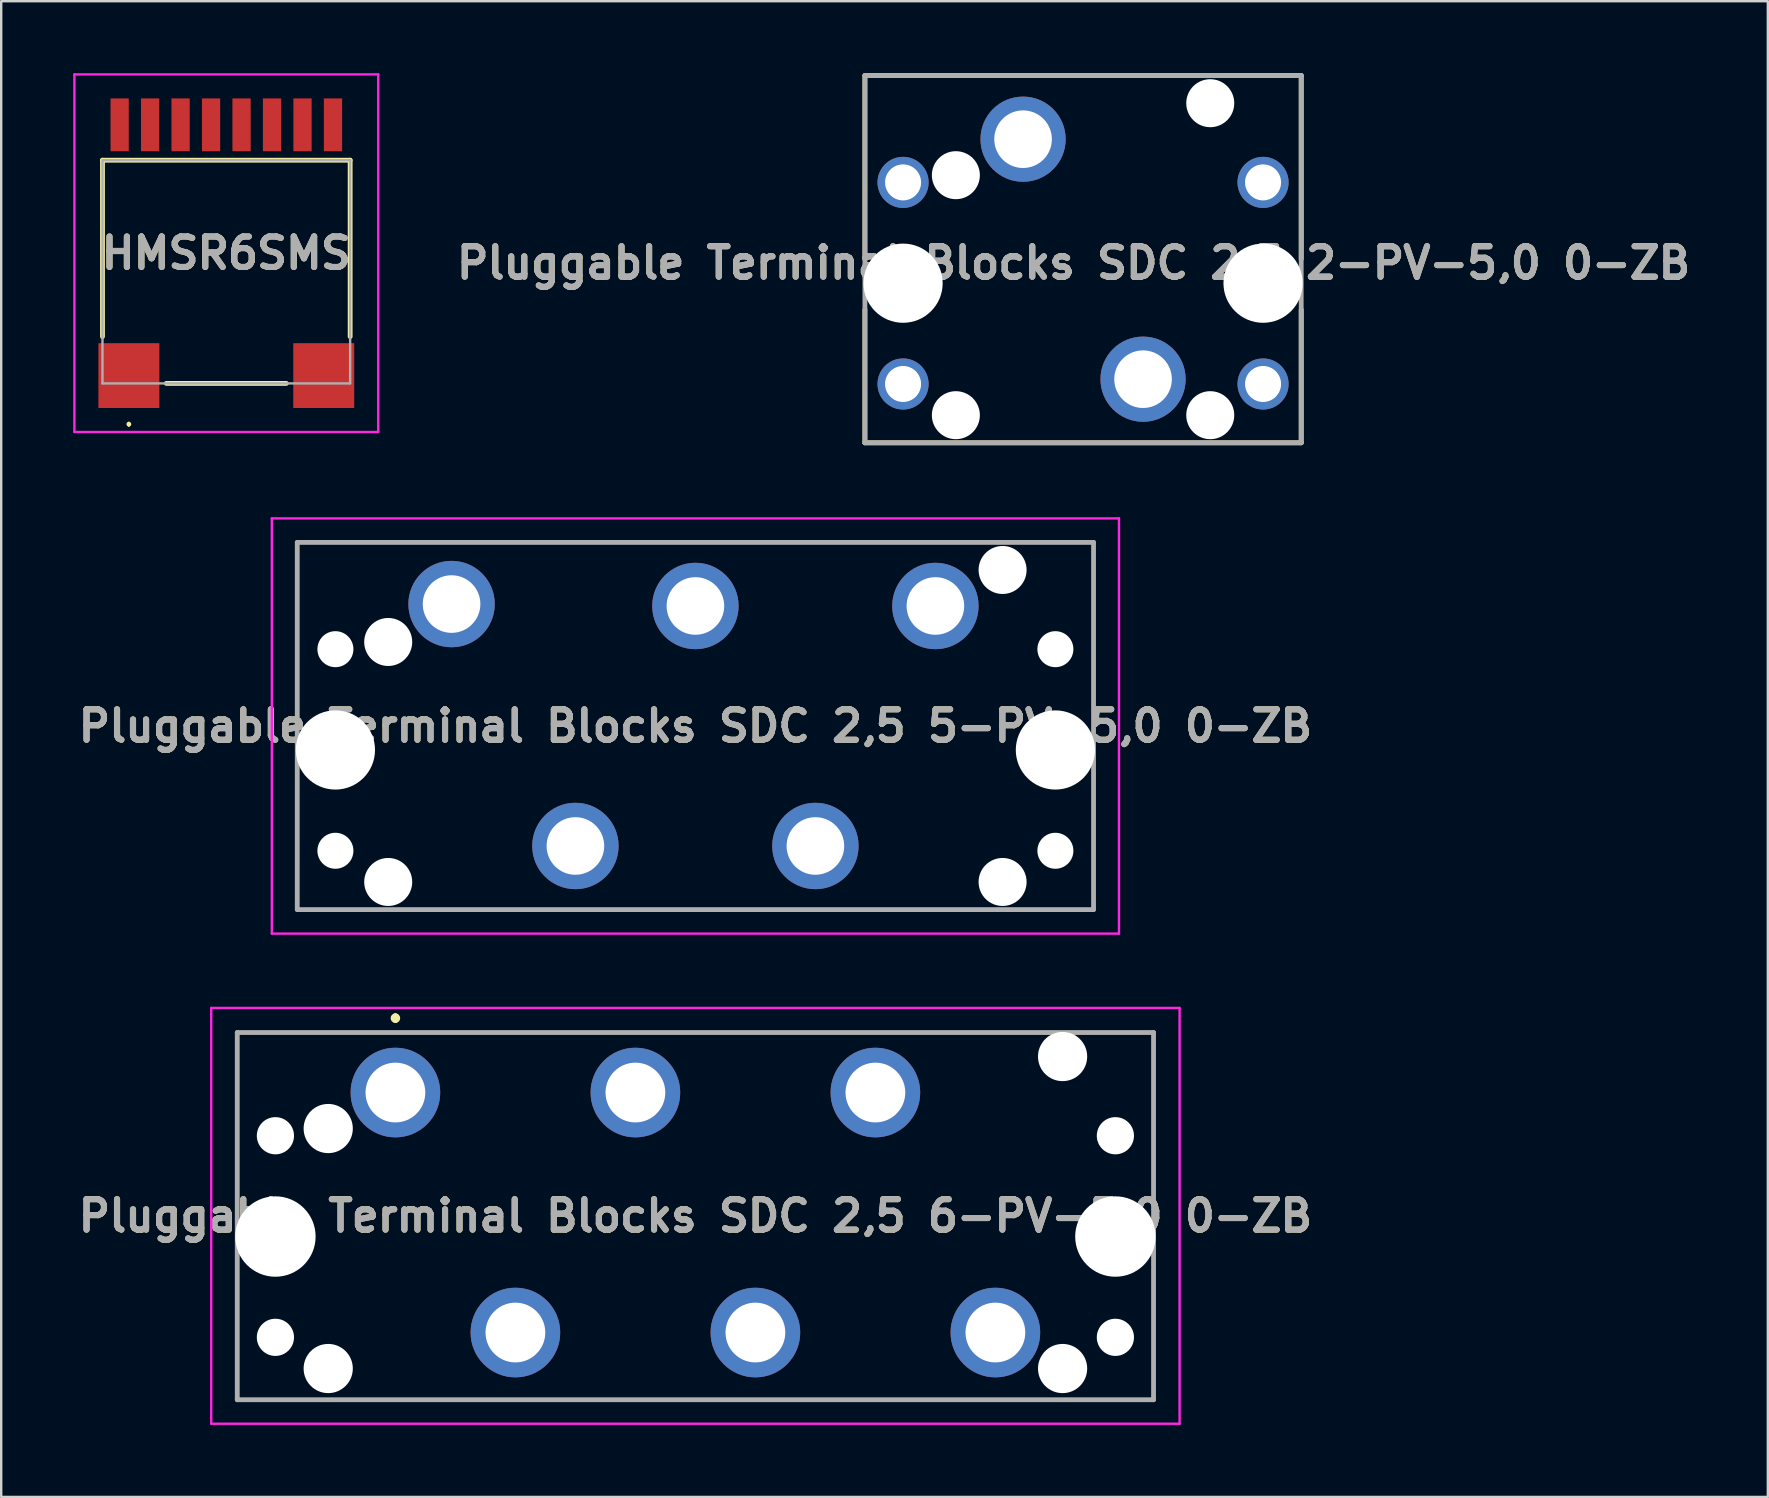
<source format=kicad_pcb>
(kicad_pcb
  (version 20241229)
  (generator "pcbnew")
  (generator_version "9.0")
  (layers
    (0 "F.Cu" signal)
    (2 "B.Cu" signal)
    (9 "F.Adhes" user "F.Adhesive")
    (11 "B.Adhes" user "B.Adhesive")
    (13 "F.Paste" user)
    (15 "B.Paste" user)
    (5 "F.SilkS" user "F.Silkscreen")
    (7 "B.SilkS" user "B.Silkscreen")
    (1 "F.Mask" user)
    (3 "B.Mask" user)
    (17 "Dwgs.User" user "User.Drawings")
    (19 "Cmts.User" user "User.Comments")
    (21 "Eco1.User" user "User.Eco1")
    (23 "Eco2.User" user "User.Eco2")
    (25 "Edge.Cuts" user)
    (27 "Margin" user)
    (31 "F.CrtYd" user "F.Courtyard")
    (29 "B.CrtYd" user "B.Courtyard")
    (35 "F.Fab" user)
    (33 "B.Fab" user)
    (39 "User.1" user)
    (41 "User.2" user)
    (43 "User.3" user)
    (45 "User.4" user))
  (footprint "Pluggable Terminal Blocks SDC 2,5 6-PV-5,0 0-ZB"
    (layer "F.Cu")
    (at 25.926 48.474)
    (property "Reference" "Pluggable Terminal Blocks SDC 2,5 6-PV-5,0 0-ZB" (at 0 -0.862 0) (layer "F.SilkS") (effects (font (size 1.27 1.27) (thickness 0.254))))
    (attr through_hole)
    (fp_line (start -19.09 -8.5) (end 13.5 -8.5) (stroke (width 0.1) (type solid)) (layer "F.SilkS"))
    (fp_line (start -19.09 -2.2) (end -19.09 -8.5) (stroke (width 0.1) (type solid)) (layer "F.SilkS"))
    (fp_line (start -19.09 6.801) (end -19.09 1.8) (stroke (width 0.1) (type solid)) (layer "F.SilkS"))
    (fp_line (start -16.5 6.801) (end -19.09 6.801) (stroke (width 0.1) (type solid)) (layer "F.SilkS"))
    (fp_line (start -12.5 -9.2) (end -12.5 -9.2) (stroke (width 0.2) (type solid)) (layer "F.SilkS"))
    (fp_line (start -12.5 -9) (end -12.5 -9) (stroke (width 0.2) (type solid)) (layer "F.SilkS"))
    (fp_line (start 17 -8.5) (end 19.09 -8.5) (stroke (width 0.1) (type solid)) (layer "F.SilkS"))
    (fp_line (start 19.09 -8.5) (end 19.09 -1.7) (stroke (width 0.1) (type solid)) (layer "F.SilkS"))
    (fp_line (start 19.09 2.301) (end 19.09 6.801) (stroke (width 0.1) (type solid)) (layer "F.SilkS"))
    (fp_line (start 19.09 6.801) (end -19.09 6.801) (stroke (width 0.1) (type solid)) (layer "F.SilkS"))
    (fp_arc (start -12.5 -9.2) (mid -12.4 -9.1) (end -12.5 -9) (stroke (width 0.2) (type solid)) (layer "F.SilkS"))
    (fp_arc (start -12.5 -9) (mid -12.6 -9.1) (end -12.5 -9.2) (stroke (width 0.2) (type solid)) (layer "F.SilkS"))
    (fp_line (start -20.175 -9.524) (end 20.175 -9.524) (stroke (width 0.1) (type solid)) (layer "F.CrtYd"))
    (fp_line (start -20.175 7.801) (end -20.175 -9.524) (stroke (width 0.1) (type solid)) (layer "F.CrtYd"))
    (fp_line (start 20.175 -9.524) (end 20.175 7.801) (stroke (width 0.1) (type solid)) (layer "F.CrtYd"))
    (fp_line (start 20.175 7.801) (end -20.175 7.801) (stroke (width 0.1) (type solid)) (layer "F.CrtYd"))
    (fp_line (start -19.09 -8.5) (end 19.09 -8.5) (stroke (width 0.2) (type solid)) (layer "F.Fab"))
    (fp_line (start -19.09 6.801) (end -19.09 -8.5) (stroke (width 0.2) (type solid)) (layer "F.Fab"))
    (fp_line (start 19.09 -8.5) (end 19.09 6.801) (stroke (width 0.2) (type solid)) (layer "F.Fab"))
    (fp_line (start 19.09 6.801) (end -19.09 6.801) (stroke (width 0.2) (type solid)) (layer "F.Fab"))
    (fp_text user "${REFERENCE}" (at 0 -0.862 0) (layer "F.Fab") (effects (font (size 1.27 1.27) (thickness 0.254))))
    (pad "" np_thru_hole circle (at -17.5 -4.2) (size 1.55 1.55) (drill 1.55) (layers "*.Cu" "*.Mask"))
    (pad "" np_thru_hole circle (at -17.5 0) (size 3.35 3.35) (drill 3.35) (layers "*.Cu" "*.Mask"))
    (pad "" np_thru_hole circle (at -17.5 4.2) (size 1.55 1.55) (drill 1.55) (layers "*.Cu" "*.Mask"))
    (pad "" np_thru_hole circle (at -15.3 -4.5) (size 2.05 2.05) (drill 2.05) (layers "*.Cu" "*.Mask"))
    (pad "" np_thru_hole circle (at -15.3 5.5) (size 2.05 2.05) (drill 2.05) (layers "*.Cu" "*.Mask"))
    (pad "" np_thru_hole circle (at 15.3 -7.5) (size 2.05 2.05) (drill 2.05) (layers "*.Cu" "*.Mask"))
    (pad "" np_thru_hole circle (at 15.3 5.5) (size 2.05 2.05) (drill 2.05) (layers "*.Cu" "*.Mask"))
    (pad "" np_thru_hole circle (at 17.5 -4.2) (size 1.55 1.55) (drill 1.55) (layers "*.Cu" "*.Mask"))
    (pad "" np_thru_hole circle (at 17.5 0) (size 3.35 3.35) (drill 3.35) (layers "*.Cu" "*.Mask"))
    (pad "" np_thru_hole circle (at 17.5 4.2) (size 1.55 1.55) (drill 1.55) (layers "*.Cu" "*.Mask"))
    (pad "1" thru_hole circle (at -12.5 -6) (size 3.735 3.735) (drill 2.49) (layers "*.Cu" "*.Mask"))
    (pad "2" thru_hole circle (at -7.5 4) (size 3.735 3.735) (drill 2.49) (layers "*.Cu" "*.Mask"))
    (pad "3" thru_hole circle (at -2.5 -6) (size 3.735 3.735) (drill 2.49) (layers "*.Cu" "*.Mask"))
    (pad "4" thru_hole circle (at 2.5 4) (size 3.735 3.735) (drill 2.49) (layers "*.Cu" "*.Mask"))
    (pad "5" thru_hole circle (at 7.5 -6) (size 3.735 3.735) (drill 2.49) (layers "*.Cu" "*.Mask"))
    (pad "6" thru_hole circle (at 12.5 4) (size 3.735 3.735) (drill 2.49) (layers "*.Cu" "*.Mask")))
  (footprint "Pluggable Terminal Blocks SDC 2,5 5-PV-5,0 0-ZB"
    (layer "F.Cu")
    (at 15.766 22.12)
    (property "Reference" "Pluggable Terminal Blocks SDC 2,5 5-PV-5,0 0-ZB" (at 10.16 5.08 0) (layer "F.SilkS") (effects (font (size 1.27 1.27) (thickness 0.254))))
    (attr through_hole)
    (fp_line (start -6.43 -2.57) (end 26.75 -2.57) (stroke (width 0.1) (type solid)) (layer "F.SilkS"))
    (fp_line (start -6.43 5.08) (end -6.43 -2.57) (stroke (width 0.1) (type solid)) (layer "F.SilkS"))
    (fp_line (start -6.43 7.08) (end -6.43 12.73) (stroke (width 0.1) (type solid)) (layer "F.SilkS"))
    (fp_line (start -6.43 12.73) (end 26.75 12.73) (stroke (width 0.1) (type solid)) (layer "F.SilkS"))
    (fp_line (start 26.75 -2.57) (end 26.75 5.08) (stroke (width 0.1) (type solid)) (layer "F.SilkS"))
    (fp_line (start 26.75 12.73) (end 26.75 7.08) (stroke (width 0.1) (type solid)) (layer "F.SilkS"))
    (fp_line (start -7.49 -3.57) (end 27.81 -3.57) (stroke (width 0.1) (type solid)) (layer "F.CrtYd"))
    (fp_line (start -7.49 13.73) (end -7.49 -3.57) (stroke (width 0.1) (type solid)) (layer "F.CrtYd"))
    (fp_line (start 27.81 -3.57) (end 27.81 13.73) (stroke (width 0.1) (type solid)) (layer "F.CrtYd"))
    (fp_line (start 27.81 13.73) (end -7.49 13.73) (stroke (width 0.1) (type solid)) (layer "F.CrtYd"))
    (fp_line (start -6.43 -2.57) (end 26.75 -2.57) (stroke (width 0.2) (type solid)) (layer "F.Fab"))
    (fp_line (start -6.43 12.73) (end -6.43 -2.57) (stroke (width 0.2) (type solid)) (layer "F.Fab"))
    (fp_line (start 26.75 -2.57) (end 26.75 12.73) (stroke (width 0.2) (type solid)) (layer "F.Fab"))
    (fp_line (start 26.75 12.73) (end -6.43 12.73) (stroke (width 0.2) (type solid)) (layer "F.Fab"))
    (fp_text user "${REFERENCE}" (at 10.16 5.08 0) (layer "F.Fab") (effects (font (size 1.27 1.27) (thickness 0.254))))
    (pad "" np_thru_hole circle (at -4.84 1.88) (size 1.5 1.5) (drill 1.5) (layers "*.Cu" "*.Mask"))
    (pad "" np_thru_hole circle (at -4.84 6.08) (size 3.3 3.3) (drill 3.3) (layers "*.Cu" "*.Mask"))
    (pad "" np_thru_hole circle (at -4.84 10.28) (size 1.5 1.5) (drill 1.5) (layers "*.Cu" "*.Mask"))
    (pad "" np_thru_hole circle (at -2.64 1.58) (size 2 2) (drill 2) (layers "*.Cu" "*.Mask"))
    (pad "" np_thru_hole circle (at -2.64 11.58) (size 2 2) (drill 2) (layers "*.Cu" "*.Mask"))
    (pad "" np_thru_hole circle (at 22.96 -1.42) (size 2 2) (drill 2) (layers "*.Cu" "*.Mask"))
    (pad "" np_thru_hole circle (at 22.96 11.58) (size 2 2) (drill 2) (layers "*.Cu" "*.Mask"))
    (pad "" np_thru_hole circle (at 25.16 1.88) (size 1.5 1.5) (drill 1.5) (layers "*.Cu" "*.Mask"))
    (pad "" np_thru_hole circle (at 25.16 6.08) (size 3.3 3.3) (drill 3.3) (layers "*.Cu" "*.Mask"))
    (pad "" np_thru_hole circle (at 25.16 10.28) (size 1.5 1.5) (drill 1.5) (layers "*.Cu" "*.Mask"))
    (pad "1" thru_hole circle (at 0 0) (size 3.6 3.6) (drill 2.4) (layers "*.Cu" "*.Mask"))
    (pad "2" thru_hole circle (at 5.16 10.08) (size 3.6 3.6) (drill 2.4) (layers "*.Cu" "*.Mask"))
    (pad "3" thru_hole circle (at 10.16 0.08) (size 3.6 3.6) (drill 2.4) (layers "*.Cu" "*.Mask"))
    (pad "4" thru_hole circle (at 15.16 10.08) (size 3.6 3.6) (drill 2.4) (layers "*.Cu" "*.Mask"))
    (pad "5" thru_hole circle (at 20.16 0.08) (size 3.6 3.6) (drill 2.4) (layers "*.Cu" "*.Mask")))
  (footprint "Pluggable Terminal Blocks SDC 2,5 2-PV-5,0 0-ZB"
    (layer "F.Cu")
    (at 42.079 8.75)
    (property "Reference" "Pluggable Terminal Blocks SDC 2,5 2-PV-5,0 0-ZB" (at -0.393 -0.846 0) (layer "F.SilkS") (effects (font (size 1.27 1.27) (thickness 0.254))))
    (attr through_hole)
    (fp_line (start -9.09 -8.65) (end -9.09 -1) (stroke (width 0.2) (type solid)) (layer "F.SilkS"))
    (fp_line (start -9.09 -8.65) (end 9.09 -8.65) (stroke (width 0.2) (type solid)) (layer "F.SilkS"))
    (fp_line (start -9.09 6.65) (end -9.09 1.1) (stroke (width 0.2) (type solid)) (layer "F.SilkS"))
    (fp_line (start -9.09 6.65) (end 9.09 6.65) (stroke (width 0.2) (type solid)) (layer "F.SilkS"))
    (fp_line (start 9.09 -8.65) (end 9.09 -1) (stroke (width 0.2) (type solid)) (layer "F.SilkS"))
    (fp_line (start 9.09 6.65) (end 9.09 1.1) (stroke (width 0.2) (type solid)) (layer "F.SilkS"))
    (fp_line (start -9.09 -8.65) (end 9.09 -8.65) (stroke (width 0.2) (type solid)) (layer "F.Fab"))
    (fp_line (start -9.09 6.65) (end -9.09 -8.65) (stroke (width 0.2) (type solid)) (layer "F.Fab"))
    (fp_line (start 9.09 -8.65) (end 9.09 6.65) (stroke (width 0.2) (type solid)) (layer "F.Fab"))
    (fp_line (start 9.09 6.65) (end -9.09 6.65) (stroke (width 0.2) (type solid)) (layer "F.Fab"))
    (fp_text user "${REFERENCE}" (at -0.393 -0.846 0) (layer "F.Fab") (effects (font (size 1.27 1.27) (thickness 0.254))))
    (pad "" np_thru_hole circle (at -7.5 0) (size 3.3 3.3) (drill 3.3) (layers "*.Cu" "*.Mask"))
    (pad "" np_thru_hole circle (at -5.3 -4.5) (size 2 2) (drill 2) (layers "*.Cu" "*.Mask"))
    (pad "" np_thru_hole circle (at -5.3 5.5) (size 2 2) (drill 2) (layers "*.Cu" "*.Mask"))
    (pad "" np_thru_hole circle (at 5.3 -7.5) (size 2 2) (drill 2) (layers "*.Cu" "*.Mask"))
    (pad "" np_thru_hole circle (at 5.3 5.5) (size 2 2) (drill 2) (layers "*.Cu" "*.Mask"))
    (pad "" np_thru_hole circle (at 7.5 0) (size 3.3 3.3) (drill 3.3) (layers "*.Cu" "*.Mask"))
    (pad "1" thru_hole circle (at -2.5 -6) (size 3.55 3.55) (drill 2.4) (layers "*.Cu" "*.Mask"))
    (pad "2" thru_hole circle (at 2.5 4) (size 3.55 3.55) (drill 2.4) (layers "*.Cu" "*.Mask"))
    (pad "9" thru_hole circle (at 7.5 4.2) (size 2.13 2.13) (drill 1.5) (layers "*.Cu" "*.Mask"))
    (pad "10" thru_hole circle (at 7.5 -4.2) (size 2.13 2.13) (drill 1.5) (layers "*.Cu" "*.Mask"))
    (pad "11" thru_hole circle (at -7.5 4.2) (size 2.13 2.13) (drill 1.5) (layers "*.Cu" "*.Mask"))
    (pad "12" thru_hole circle (at -7.5 -4.2) (size 2.13 2.13) (drill 1.5) (layers "*.Cu" "*.Mask")))
  (footprint "HMSR6SMS"
    (layer "F.Cu")
    (at 6.38 8.275)
    (property "Reference" "HMSR6SMS" (at 0 -0.775 0) (layer "F.SilkS") (effects (font (size 1.27 1.27) (thickness 0.254))))
    (attr smd)
    (fp_line (start -5.16 -4.65) (end 5.16 -4.65) (stroke (width 0.2) (type solid)) (layer "F.SilkS"))
    (fp_line (start -5.16 2.7) (end -5.16 -4.65) (stroke (width 0.2) (type solid)) (layer "F.SilkS"))
    (fp_line (start -4.06 6.3) (end -4.06 6.3) (stroke (width 0.1) (type solid)) (layer "F.SilkS"))
    (fp_line (start -4.06 6.4) (end -4.06 6.4) (stroke (width 0.1) (type solid)) (layer "F.SilkS"))
    (fp_line (start -2.5 4.65) (end 2.5 4.65) (stroke (width 0.2) (type solid)) (layer "F.SilkS"))
    (fp_line (start 5.16 -4.65) (end 5.16 2.7) (stroke (width 0.2) (type solid)) (layer "F.SilkS"))
    (fp_arc (start -4.06 6.3) (mid -4.01 6.35) (end -4.06 6.4) (stroke (width 0.1) (type solid)) (layer "F.SilkS"))
    (fp_arc (start -4.06 6.4) (mid -4.11 6.35) (end -4.06 6.3) (stroke (width 0.1) (type solid)) (layer "F.SilkS"))
    (fp_line (start -6.33 -8.225) (end 6.33 -8.225) (stroke (width 0.1) (type solid)) (layer "F.CrtYd"))
    (fp_line (start -6.33 6.675) (end -6.33 -8.225) (stroke (width 0.1) (type solid)) (layer "F.CrtYd"))
    (fp_line (start 6.33 -8.225) (end 6.33 6.675) (stroke (width 0.1) (type solid)) (layer "F.CrtYd"))
    (fp_line (start 6.33 6.675) (end -6.33 6.675) (stroke (width 0.1) (type solid)) (layer "F.CrtYd"))
    (fp_line (start -5.16 -4.65) (end 5.16 -4.65) (stroke (width 0.1) (type solid)) (layer "F.Fab"))
    (fp_line (start -5.16 4.65) (end -5.16 -4.65) (stroke (width 0.1) (type solid)) (layer "F.Fab"))
    (fp_line (start 5.16 -4.65) (end 5.16 4.65) (stroke (width 0.1) (type solid)) (layer "F.Fab"))
    (fp_line (start 5.16 4.65) (end -5.16 4.65) (stroke (width 0.1) (type solid)) (layer "F.Fab"))
    (fp_text user "${REFERENCE}" (at 0 -0.775 0) (layer "F.Fab") (effects (font (size 1.27 1.27) (thickness 0.254))))
    (pad "1" smd rect (at -4.06 4.325) (size 2.54 2.7) (layers "F.Cu" "F.Mask" "F.Paste"))
    (pad "8" smd rect (at 4.06 4.325) (size 2.54 2.7) (layers "F.Cu" "F.Mask" "F.Paste"))
    (pad "9" smd rect (at 4.445 -6.125) (size 0.76 2.2) (layers "F.Cu" "F.Mask" "F.Paste"))
    (pad "10" smd rect (at 3.175 -6.125) (size 0.76 2.2) (layers "F.Cu" "F.Mask" "F.Paste"))
    (pad "11" smd rect (at 1.905 -6.125) (size 0.76 2.2) (layers "F.Cu" "F.Mask" "F.Paste"))
    (pad "12" smd rect (at 0.635 -6.125) (size 0.76 2.2) (layers "F.Cu" "F.Mask" "F.Paste"))
    (pad "13" smd rect (at -0.635 -6.125) (size 0.76 2.2) (layers "F.Cu" "F.Mask" "F.Paste"))
    (pad "14" smd rect (at -1.905 -6.125) (size 0.76 2.2) (layers "F.Cu" "F.Mask" "F.Paste"))
    (pad "15" smd rect (at -3.175 -6.125) (size 0.76 2.2) (layers "F.Cu" "F.Mask" "F.Paste"))
    (pad "16" smd rect (at -4.445 -6.125) (size 0.76 2.2) (layers "F.Cu" "F.Mask" "F.Paste")))
  (gr_rect
    (start -3 -3)
    (end 70.612 59.325)
    (stroke (width 0.1) (type default))
    (fill no)
    (layer "Edge.Cuts")))
</source>
